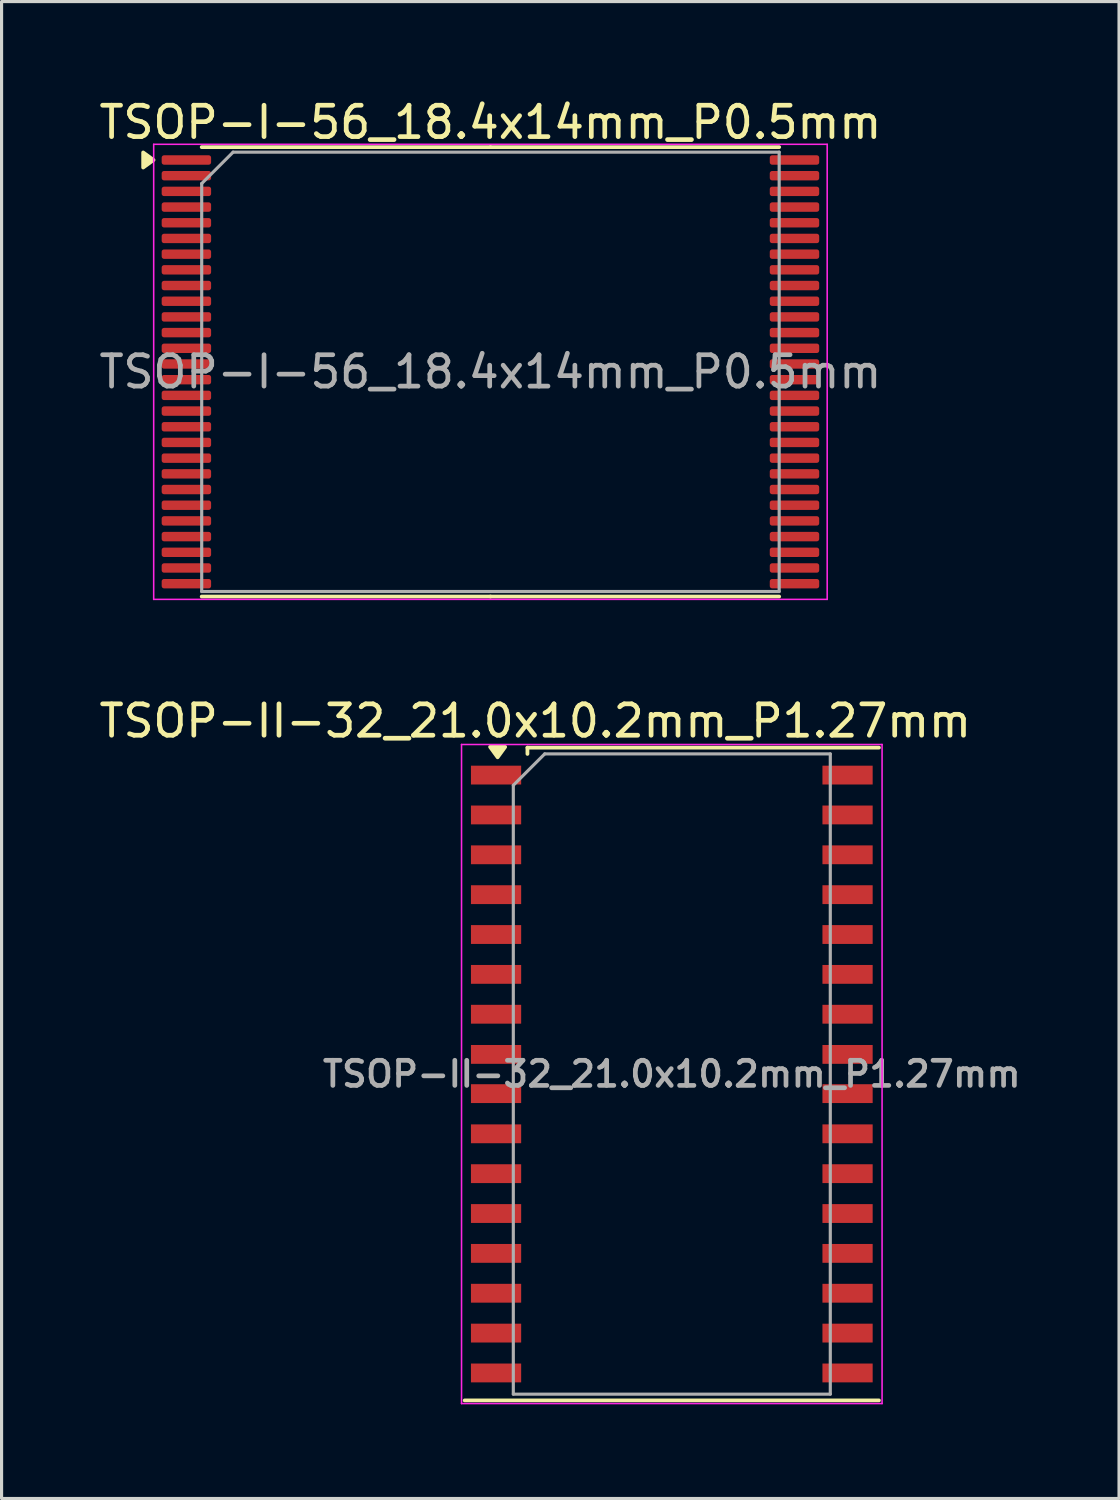
<source format=kicad_pcb>
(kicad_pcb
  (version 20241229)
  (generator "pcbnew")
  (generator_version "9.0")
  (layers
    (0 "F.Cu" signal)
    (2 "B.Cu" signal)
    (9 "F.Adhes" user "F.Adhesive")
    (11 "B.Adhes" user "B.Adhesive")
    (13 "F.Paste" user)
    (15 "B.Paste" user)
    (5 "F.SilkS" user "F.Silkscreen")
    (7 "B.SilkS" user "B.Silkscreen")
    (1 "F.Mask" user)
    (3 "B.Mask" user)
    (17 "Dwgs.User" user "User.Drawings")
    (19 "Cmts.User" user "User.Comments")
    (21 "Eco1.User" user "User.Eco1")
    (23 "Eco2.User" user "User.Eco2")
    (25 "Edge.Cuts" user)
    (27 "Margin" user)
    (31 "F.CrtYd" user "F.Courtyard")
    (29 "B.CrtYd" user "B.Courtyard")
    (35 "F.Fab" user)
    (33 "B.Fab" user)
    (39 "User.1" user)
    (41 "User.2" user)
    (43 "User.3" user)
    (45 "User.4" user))
  (footprint "TSOP-II-32_21.0x10.2mm_P1.27mm"
    (layer "F.Cu")
    (at 18.356 31.172)
    (property "Reference" "TSOP-II-32_21.0x10.2mm_P1.27mm" (at -4.35 -11.25 0) (layer "F.SilkS") (effects (font (size 1 1) (thickness 0.15))))
    (attr smd)
    (fp_line (start -6.6 10.4) (end 6.6 10.4) (stroke (width 0.12) (type solid)) (layer "F.SilkS"))
    (fp_line (start -4.6 -10.4) (end -4.6 -10.2) (stroke (width 0.12) (type solid)) (layer "F.SilkS"))
    (fp_line (start -4.6 -10.4) (end 6.6 -10.4) (stroke (width 0.12) (type solid)) (layer "F.SilkS"))
    (fp_poly (pts (xy -5.55 -10.092) (xy -5.79 -10.422) (xy -5.31 -10.422) (xy -5.55 -10.092)) (stroke (width 0.12) (type solid)) (fill yes) (layer "F.SilkS"))
    (fp_line (start -6.7 -10.5) (end -6.7 10.5) (stroke (width 0.05) (type solid)) (layer "F.CrtYd"))
    (fp_line (start -6.7 -10.5) (end 6.7 -10.5) (stroke (width 0.05) (type solid)) (layer "F.CrtYd"))
    (fp_line (start -6.7 10.5) (end 6.7 10.5) (stroke (width 0.05) (type solid)) (layer "F.CrtYd"))
    (fp_line (start 6.7 -10.5) (end 6.7 10.5) (stroke (width 0.05) (type solid)) (layer "F.CrtYd"))
    (fp_line (start -5.05 -9.2) (end -4.05 -10.2) (stroke (width 0.1) (type solid)) (layer "F.Fab"))
    (fp_line (start -5.05 10.2) (end -5.05 -9.2) (stroke (width 0.1) (type solid)) (layer "F.Fab"))
    (fp_line (start -4.05 -10.2) (end 5.05 -10.2) (stroke (width 0.1) (type solid)) (layer "F.Fab"))
    (fp_line (start 5.05 -10.2) (end 5.05 10.2) (stroke (width 0.1) (type solid)) (layer "F.Fab"))
    (fp_line (start 5.05 10.2) (end -5.05 10.2) (stroke (width 0.1) (type solid)) (layer "F.Fab"))
    (fp_text user "${REFERENCE}" (at 0 0 0) (layer "F.Fab") (effects (font (size 0.8 0.8) (thickness 0.15))))
    (pad "1" smd rect (at -5.6 -9.525) (size 1.6 0.6) (layers "F.Cu" "F.Mask" "F.Paste"))
    (pad "2" smd rect (at -5.6 -8.255) (size 1.6 0.6) (layers "F.Cu" "F.Mask" "F.Paste"))
    (pad "3" smd rect (at -5.6 -6.985) (size 1.6 0.6) (layers "F.Cu" "F.Mask" "F.Paste"))
    (pad "4" smd rect (at -5.6 -5.715) (size 1.6 0.6) (layers "F.Cu" "F.Mask" "F.Paste"))
    (pad "5" smd rect (at -5.6 -4.445) (size 1.6 0.6) (layers "F.Cu" "F.Mask" "F.Paste"))
    (pad "6" smd rect (at -5.6 -3.175) (size 1.6 0.6) (layers "F.Cu" "F.Mask" "F.Paste"))
    (pad "7" smd rect (at -5.6 -1.905) (size 1.6 0.6) (layers "F.Cu" "F.Mask" "F.Paste"))
    (pad "8" smd rect (at -5.6 -0.625) (size 1.6 0.6) (layers "F.Cu" "F.Mask" "F.Paste"))
    (pad "9" smd rect (at -5.6 0.625) (size 1.6 0.6) (layers "F.Cu" "F.Mask" "F.Paste"))
    (pad "10" smd rect (at -5.6 1.905) (size 1.6 0.6) (layers "F.Cu" "F.Mask" "F.Paste"))
    (pad "11" smd rect (at -5.6 3.175) (size 1.6 0.6) (layers "F.Cu" "F.Mask" "F.Paste"))
    (pad "12" smd rect (at -5.6 4.445) (size 1.6 0.6) (layers "F.Cu" "F.Mask" "F.Paste"))
    (pad "13" smd rect (at -5.6 5.715) (size 1.6 0.6) (layers "F.Cu" "F.Mask" "F.Paste"))
    (pad "14" smd rect (at -5.6 6.985) (size 1.6 0.6) (layers "F.Cu" "F.Mask" "F.Paste"))
    (pad "15" smd rect (at -5.6 8.255) (size 1.6 0.6) (layers "F.Cu" "F.Mask" "F.Paste"))
    (pad "16" smd rect (at -5.6 9.525) (size 1.6 0.6) (layers "F.Cu" "F.Mask" "F.Paste"))
    (pad "17" smd rect (at 5.6 9.525) (size 1.6 0.6) (layers "F.Cu" "F.Mask" "F.Paste"))
    (pad "18" smd rect (at 5.6 8.255) (size 1.6 0.6) (layers "F.Cu" "F.Mask" "F.Paste"))
    (pad "19" smd rect (at 5.6 6.985) (size 1.6 0.6) (layers "F.Cu" "F.Mask" "F.Paste"))
    (pad "20" smd rect (at 5.6 5.715) (size 1.6 0.6) (layers "F.Cu" "F.Mask" "F.Paste"))
    (pad "21" smd rect (at 5.6 4.445) (size 1.6 0.6) (layers "F.Cu" "F.Mask" "F.Paste"))
    (pad "22" smd rect (at 5.6 3.175) (size 1.6 0.6) (layers "F.Cu" "F.Mask" "F.Paste"))
    (pad "23" smd rect (at 5.6 1.905) (size 1.6 0.6) (layers "F.Cu" "F.Mask" "F.Paste"))
    (pad "24" smd rect (at 5.6 0.625) (size 1.6 0.6) (layers "F.Cu" "F.Mask" "F.Paste"))
    (pad "25" smd rect (at 5.6 -0.625) (size 1.6 0.6) (layers "F.Cu" "F.Mask" "F.Paste"))
    (pad "26" smd rect (at 5.6 -1.905) (size 1.6 0.6) (layers "F.Cu" "F.Mask" "F.Paste"))
    (pad "27" smd rect (at 5.6 -3.175) (size 1.6 0.6) (layers "F.Cu" "F.Mask" "F.Paste"))
    (pad "28" smd rect (at 5.6 -4.445) (size 1.6 0.6) (layers "F.Cu" "F.Mask" "F.Paste"))
    (pad "29" smd rect (at 5.6 -5.715) (size 1.6 0.6) (layers "F.Cu" "F.Mask" "F.Paste"))
    (pad "30" smd rect (at 5.6 -6.985) (size 1.6 0.6) (layers "F.Cu" "F.Mask" "F.Paste"))
    (pad "31" smd rect (at 5.6 -8.255) (size 1.6 0.6) (layers "F.Cu" "F.Mask" "F.Paste"))
    (pad "32" smd rect (at 5.6 -9.525) (size 1.6 0.6) (layers "F.Cu" "F.Mask" "F.Paste")))
  (footprint "TSOP-I-56_18.4x14mm_P0.5mm"
    (layer "F.Cu")
    (at 12.577 8.798)
    (property "Reference" "TSOP-I-56_18.4x14mm_P0.5mm" (at 0 -7.95 0) (layer "F.SilkS") (effects (font (size 1 1) (thickness 0.15))))
    (attr smd)
    (fp_line (start 0 -7.16) (end -9.2 -7.16) (stroke (width 0.12) (type solid)) (layer "F.SilkS"))
    (fp_line (start 0 -7.16) (end 9.2 -7.16) (stroke (width 0.12) (type solid)) (layer "F.SilkS"))
    (fp_line (start 0 7.16) (end -9.2 7.16) (stroke (width 0.12) (type solid)) (layer "F.SilkS"))
    (fp_line (start 0 7.16) (end 9.2 7.16) (stroke (width 0.12) (type solid)) (layer "F.SilkS"))
    (fp_poly (pts (xy -10.735 -6.75) (xy -11.065 -6.99) (xy -11.065 -6.51) (xy -10.735 -6.75)) (stroke (width 0.12) (type solid)) (fill yes) (layer "F.SilkS"))
    (fp_line (start -10.73 -7.25) (end -10.73 7.25) (stroke (width 0.05) (type solid)) (layer "F.CrtYd"))
    (fp_line (start -10.73 7.25) (end 10.73 7.25) (stroke (width 0.05) (type solid)) (layer "F.CrtYd"))
    (fp_line (start 10.73 -7.25) (end -10.73 -7.25) (stroke (width 0.05) (type solid)) (layer "F.CrtYd"))
    (fp_line (start 10.73 7.25) (end 10.73 -7.25) (stroke (width 0.05) (type solid)) (layer "F.CrtYd"))
    (fp_line (start -9.2 -6) (end -8.2 -7) (stroke (width 0.1) (type solid)) (layer "F.Fab"))
    (fp_line (start -9.2 7) (end -9.2 -6) (stroke (width 0.1) (type solid)) (layer "F.Fab"))
    (fp_line (start -8.2 -7) (end 9.2 -7) (stroke (width 0.1) (type solid)) (layer "F.Fab"))
    (fp_line (start 9.2 -7) (end 9.2 7) (stroke (width 0.1) (type solid)) (layer "F.Fab"))
    (fp_line (start 9.2 7) (end -9.2 7) (stroke (width 0.1) (type solid)) (layer "F.Fab"))
    (fp_text user "${REFERENCE}" (at 0 0 0) (layer "F.Fab") (effects (font (size 1 1) (thickness 0.15))))
    (pad "1" smd roundrect (at -9.688 -6.75) (size 1.575 0.3) (layers "F.Cu" "F.Mask" "F.Paste") (roundrect_rratio 0.25))
    (pad "2" smd roundrect (at -9.688 -6.25) (size 1.575 0.3) (layers "F.Cu" "F.Mask" "F.Paste") (roundrect_rratio 0.25))
    (pad "3" smd roundrect (at -9.688 -5.75) (size 1.575 0.3) (layers "F.Cu" "F.Mask" "F.Paste") (roundrect_rratio 0.25))
    (pad "4" smd roundrect (at -9.688 -5.25) (size 1.575 0.3) (layers "F.Cu" "F.Mask" "F.Paste") (roundrect_rratio 0.25))
    (pad "5" smd roundrect (at -9.688 -4.75) (size 1.575 0.3) (layers "F.Cu" "F.Mask" "F.Paste") (roundrect_rratio 0.25))
    (pad "6" smd roundrect (at -9.688 -4.25) (size 1.575 0.3) (layers "F.Cu" "F.Mask" "F.Paste") (roundrect_rratio 0.25))
    (pad "7" smd roundrect (at -9.688 -3.75) (size 1.575 0.3) (layers "F.Cu" "F.Mask" "F.Paste") (roundrect_rratio 0.25))
    (pad "8" smd roundrect (at -9.688 -3.25) (size 1.575 0.3) (layers "F.Cu" "F.Mask" "F.Paste") (roundrect_rratio 0.25))
    (pad "9" smd roundrect (at -9.688 -2.75) (size 1.575 0.3) (layers "F.Cu" "F.Mask" "F.Paste") (roundrect_rratio 0.25))
    (pad "10" smd roundrect (at -9.688 -2.25) (size 1.575 0.3) (layers "F.Cu" "F.Mask" "F.Paste") (roundrect_rratio 0.25))
    (pad "11" smd roundrect (at -9.688 -1.75) (size 1.575 0.3) (layers "F.Cu" "F.Mask" "F.Paste") (roundrect_rratio 0.25))
    (pad "12" smd roundrect (at -9.688 -1.25) (size 1.575 0.3) (layers "F.Cu" "F.Mask" "F.Paste") (roundrect_rratio 0.25))
    (pad "13" smd roundrect (at -9.688 -0.75) (size 1.575 0.3) (layers "F.Cu" "F.Mask" "F.Paste") (roundrect_rratio 0.25))
    (pad "14" smd roundrect (at -9.688 -0.25) (size 1.575 0.3) (layers "F.Cu" "F.Mask" "F.Paste") (roundrect_rratio 0.25))
    (pad "15" smd roundrect (at -9.688 0.25) (size 1.575 0.3) (layers "F.Cu" "F.Mask" "F.Paste") (roundrect_rratio 0.25))
    (pad "16" smd roundrect (at -9.688 0.75) (size 1.575 0.3) (layers "F.Cu" "F.Mask" "F.Paste") (roundrect_rratio 0.25))
    (pad "17" smd roundrect (at -9.688 1.25) (size 1.575 0.3) (layers "F.Cu" "F.Mask" "F.Paste") (roundrect_rratio 0.25))
    (pad "18" smd roundrect (at -9.688 1.75) (size 1.575 0.3) (layers "F.Cu" "F.Mask" "F.Paste") (roundrect_rratio 0.25))
    (pad "19" smd roundrect (at -9.688 2.25) (size 1.575 0.3) (layers "F.Cu" "F.Mask" "F.Paste") (roundrect_rratio 0.25))
    (pad "20" smd roundrect (at -9.688 2.75) (size 1.575 0.3) (layers "F.Cu" "F.Mask" "F.Paste") (roundrect_rratio 0.25))
    (pad "21" smd roundrect (at -9.688 3.25) (size 1.575 0.3) (layers "F.Cu" "F.Mask" "F.Paste") (roundrect_rratio 0.25))
    (pad "22" smd roundrect (at -9.688 3.75) (size 1.575 0.3) (layers "F.Cu" "F.Mask" "F.Paste") (roundrect_rratio 0.25))
    (pad "23" smd roundrect (at -9.688 4.25) (size 1.575 0.3) (layers "F.Cu" "F.Mask" "F.Paste") (roundrect_rratio 0.25))
    (pad "24" smd roundrect (at -9.688 4.75) (size 1.575 0.3) (layers "F.Cu" "F.Mask" "F.Paste") (roundrect_rratio 0.25))
    (pad "25" smd roundrect (at -9.688 5.25) (size 1.575 0.3) (layers "F.Cu" "F.Mask" "F.Paste") (roundrect_rratio 0.25))
    (pad "26" smd roundrect (at -9.688 5.75) (size 1.575 0.3) (layers "F.Cu" "F.Mask" "F.Paste") (roundrect_rratio 0.25))
    (pad "27" smd roundrect (at -9.688 6.25) (size 1.575 0.3) (layers "F.Cu" "F.Mask" "F.Paste") (roundrect_rratio 0.25))
    (pad "28" smd roundrect (at -9.688 6.75) (size 1.575 0.3) (layers "F.Cu" "F.Mask" "F.Paste") (roundrect_rratio 0.25))
    (pad "29" smd roundrect (at 9.688 6.75) (size 1.575 0.3) (layers "F.Cu" "F.Mask" "F.Paste") (roundrect_rratio 0.25))
    (pad "30" smd roundrect (at 9.688 6.25) (size 1.575 0.3) (layers "F.Cu" "F.Mask" "F.Paste") (roundrect_rratio 0.25))
    (pad "31" smd roundrect (at 9.688 5.75) (size 1.575 0.3) (layers "F.Cu" "F.Mask" "F.Paste") (roundrect_rratio 0.25))
    (pad "32" smd roundrect (at 9.688 5.25) (size 1.575 0.3) (layers "F.Cu" "F.Mask" "F.Paste") (roundrect_rratio 0.25))
    (pad "33" smd roundrect (at 9.688 4.75) (size 1.575 0.3) (layers "F.Cu" "F.Mask" "F.Paste") (roundrect_rratio 0.25))
    (pad "34" smd roundrect (at 9.688 4.25) (size 1.575 0.3) (layers "F.Cu" "F.Mask" "F.Paste") (roundrect_rratio 0.25))
    (pad "35" smd roundrect (at 9.688 3.75) (size 1.575 0.3) (layers "F.Cu" "F.Mask" "F.Paste") (roundrect_rratio 0.25))
    (pad "36" smd roundrect (at 9.688 3.25) (size 1.575 0.3) (layers "F.Cu" "F.Mask" "F.Paste") (roundrect_rratio 0.25))
    (pad "37" smd roundrect (at 9.688 2.75) (size 1.575 0.3) (layers "F.Cu" "F.Mask" "F.Paste") (roundrect_rratio 0.25))
    (pad "38" smd roundrect (at 9.688 2.25) (size 1.575 0.3) (layers "F.Cu" "F.Mask" "F.Paste") (roundrect_rratio 0.25))
    (pad "39" smd roundrect (at 9.688 1.75) (size 1.575 0.3) (layers "F.Cu" "F.Mask" "F.Paste") (roundrect_rratio 0.25))
    (pad "40" smd roundrect (at 9.688 1.25) (size 1.575 0.3) (layers "F.Cu" "F.Mask" "F.Paste") (roundrect_rratio 0.25))
    (pad "41" smd roundrect (at 9.688 0.75) (size 1.575 0.3) (layers "F.Cu" "F.Mask" "F.Paste") (roundrect_rratio 0.25))
    (pad "42" smd roundrect (at 9.688 0.25) (size 1.575 0.3) (layers "F.Cu" "F.Mask" "F.Paste") (roundrect_rratio 0.25))
    (pad "43" smd roundrect (at 9.688 -0.25) (size 1.575 0.3) (layers "F.Cu" "F.Mask" "F.Paste") (roundrect_rratio 0.25))
    (pad "44" smd roundrect (at 9.688 -0.75) (size 1.575 0.3) (layers "F.Cu" "F.Mask" "F.Paste") (roundrect_rratio 0.25))
    (pad "45" smd roundrect (at 9.688 -1.25) (size 1.575 0.3) (layers "F.Cu" "F.Mask" "F.Paste") (roundrect_rratio 0.25))
    (pad "46" smd roundrect (at 9.688 -1.75) (size 1.575 0.3) (layers "F.Cu" "F.Mask" "F.Paste") (roundrect_rratio 0.25))
    (pad "47" smd roundrect (at 9.688 -2.25) (size 1.575 0.3) (layers "F.Cu" "F.Mask" "F.Paste") (roundrect_rratio 0.25))
    (pad "48" smd roundrect (at 9.688 -2.75) (size 1.575 0.3) (layers "F.Cu" "F.Mask" "F.Paste") (roundrect_rratio 0.25))
    (pad "49" smd roundrect (at 9.688 -3.25) (size 1.575 0.3) (layers "F.Cu" "F.Mask" "F.Paste") (roundrect_rratio 0.25))
    (pad "50" smd roundrect (at 9.688 -3.75) (size 1.575 0.3) (layers "F.Cu" "F.Mask" "F.Paste") (roundrect_rratio 0.25))
    (pad "51" smd roundrect (at 9.688 -4.25) (size 1.575 0.3) (layers "F.Cu" "F.Mask" "F.Paste") (roundrect_rratio 0.25))
    (pad "52" smd roundrect (at 9.688 -4.75) (size 1.575 0.3) (layers "F.Cu" "F.Mask" "F.Paste") (roundrect_rratio 0.25))
    (pad "53" smd roundrect (at 9.688 -5.25) (size 1.575 0.3) (layers "F.Cu" "F.Mask" "F.Paste") (roundrect_rratio 0.25))
    (pad "54" smd roundrect (at 9.688 -5.75) (size 1.575 0.3) (layers "F.Cu" "F.Mask" "F.Paste") (roundrect_rratio 0.25))
    (pad "55" smd roundrect (at 9.688 -6.25) (size 1.575 0.3) (layers "F.Cu" "F.Mask" "F.Paste") (roundrect_rratio 0.25))
    (pad "56" smd roundrect (at 9.688 -6.75) (size 1.575 0.3) (layers "F.Cu" "F.Mask" "F.Paste") (roundrect_rratio 0.25)))
  (gr_rect
    (start -3 -3)
    (end 32.606 44.697)
    (stroke (width 0.1) (type default))
    (fill no)
    (layer "Edge.Cuts")))
</source>
